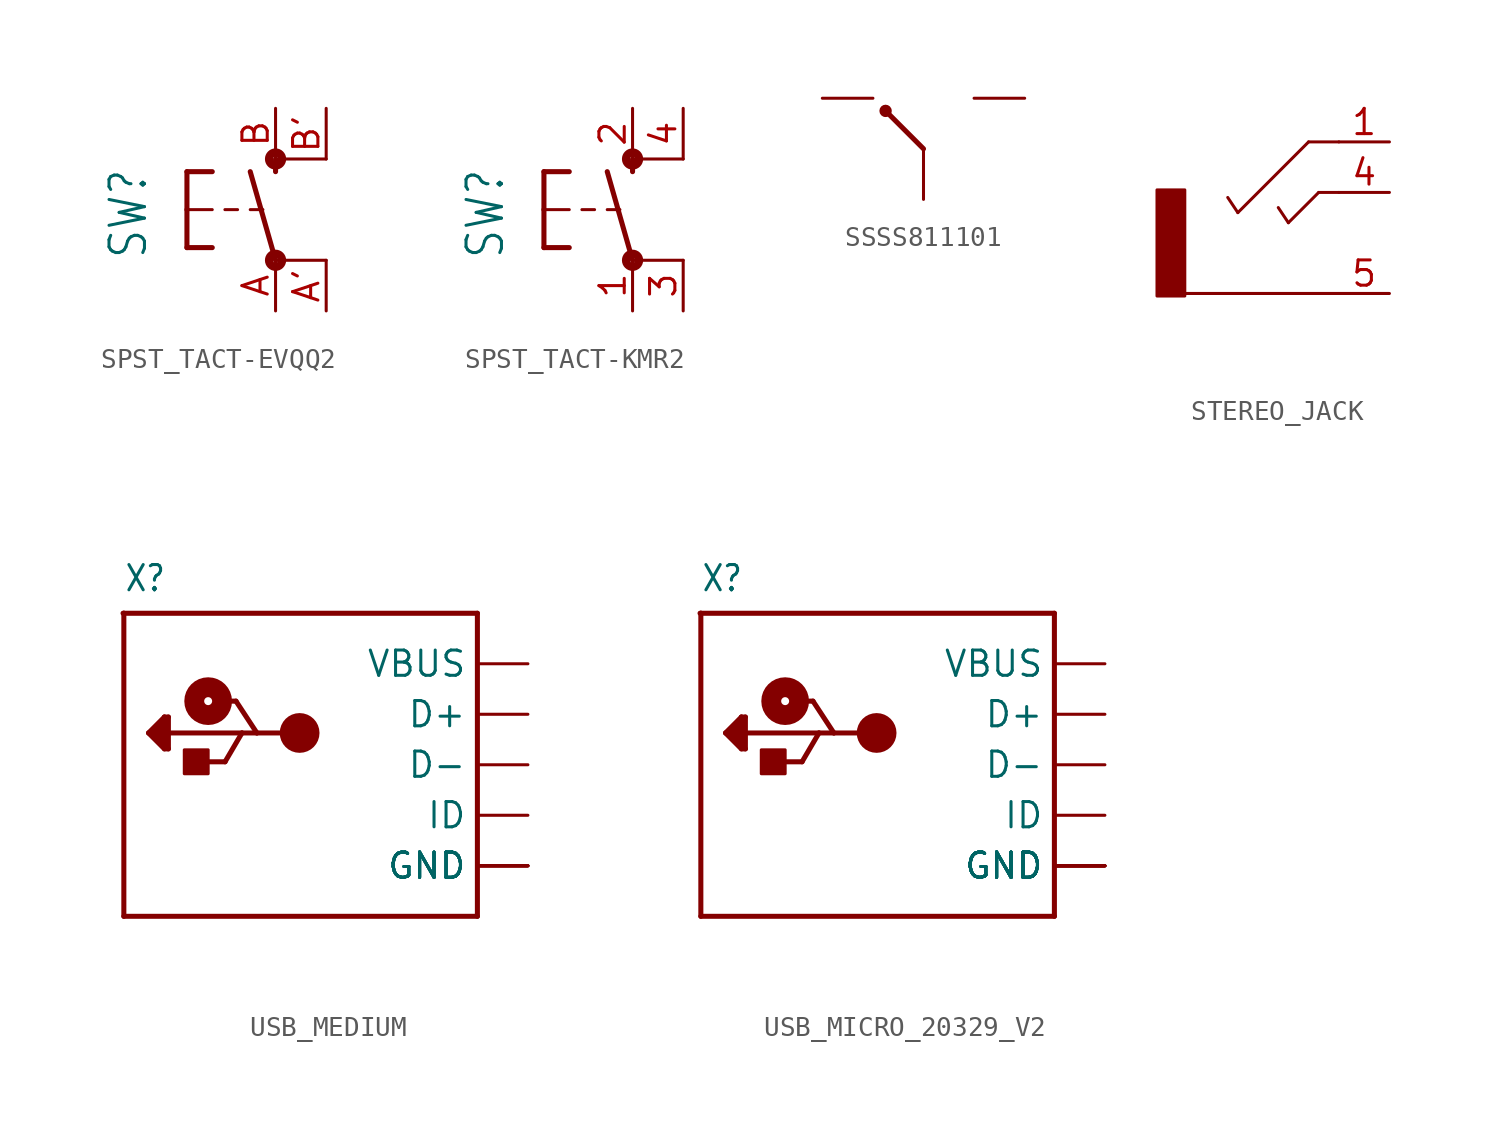
<source format=kicad_sym>
(kicad_symbol_lib
  (version 20241209)
  (generator "kicad_symbol_editor")
  (generator_version "9.0")
  (symbol "SPST_TACT-EVQQ2"
    (property "Reference" "SW"
      (at -6.35 -2.54 90)
      (effects (font (size 1.778 1.511)) (justify left bottom)))
    (property "Value" ""
      (at -3.81 3.175 90)
      (effects (font (size 1.778 1.511)) (justify left bottom)))
    (property "ki_locked" ""
      (at 0 0 0)
      (effects (font (size 1.27 1.27))))
    (symbol "SPST_TACT-EVQQ2_1_0"
      (polyline (pts (xy -4.445 1.905) (xy -4.445 0)) (stroke (width 0.254) (type solid)) (fill (type none)))
      (polyline (pts (xy -4.445 1.905) (xy -3.175 1.905)) (stroke (width 0.254) (type solid)) (fill (type none)))
      (polyline (pts (xy -4.445 0) (xy -4.445 -1.905)) (stroke (width 0.254) (type solid)) (fill (type none)))
      (polyline (pts (xy -4.445 0) (xy -3.175 0)) (stroke (width 0.152) (type solid)) (fill (type none)))
      (polyline (pts (xy -4.445 -1.905) (xy -3.175 -1.905)) (stroke (width 0.254) (type solid)) (fill (type none)))
      (polyline (pts (xy -2.54 0) (xy -1.905 0)) (stroke (width 0.152) (type solid)) (fill (type none)))
      (polyline (pts (xy -1.27 0) (xy -0.635 0)) (stroke (width 0.152) (type solid)) (fill (type none)))
      (circle (center 0 2.54) (radius 0.127) (stroke (width 0.406) (type solid)) (fill (type none)))
      (polyline (pts (xy 0 1.905) (xy 0 2.54)) (stroke (width 0.254) (type solid)) (fill (type none)))
      (polyline (pts (xy 0 -2.54) (xy -1.27 1.905)) (stroke (width 0.254) (type solid)) (fill (type none)))
      (circle (center 0 -2.54) (radius 0.127) (stroke (width 0.406) (type solid)) (fill (type none)))
      (polyline (pts (xy 2.54 2.54) (xy 0 2.54)) (stroke (width 0.152) (type solid)) (fill (type none)))
      (polyline (pts (xy 2.54 -2.54) (xy 0 -2.54)) (stroke (width 0.152) (type solid)) (fill (type none)))
      (pin passive line (at 0 5.08 270) (length 2.54) (name "S" (effects (font (size 0 0)))) (number "B" (effects (font (size 1.27 1.27)))))
      (pin passive line (at 0 -5.08 90) (length 2.54) (name "P" (effects (font (size 0 0)))) (number "A" (effects (font (size 1.27 1.27)))))
      (pin passive line (at 2.54 5.08 270) (length 2.54) (name "S1" (effects (font (size 0 0)))) (number "B'" (effects (font (size 1.27 1.27)))))
      (pin passive line (at 2.54 -5.08 90) (length 2.54) (name "P1" (effects (font (size 0 0)))) (number "A'" (effects (font (size 1.27 1.27)))))))
  (symbol "SPST_TACT-KMR2"
    (property "Reference" "SW"
      (at -6.35 -2.54 90)
      (effects (font (size 1.778 1.511)) (justify left bottom)))
    (property "Value" ""
      (at -3.81 3.175 90)
      (effects (font (size 1.778 1.511)) (justify left bottom)))
    (symbol "SPST_TACT-KMR2_1_0"
      (polyline (pts (xy -4.445 1.905) (xy -4.445 0)) (stroke (width 0.254) (type solid)) (fill (type none)))
      (polyline (pts (xy -4.445 1.905) (xy -3.175 1.905)) (stroke (width 0.254) (type solid)) (fill (type none)))
      (polyline (pts (xy -4.445 0) (xy -4.445 -1.905)) (stroke (width 0.254) (type solid)) (fill (type none)))
      (polyline (pts (xy -4.445 0) (xy -3.175 0)) (stroke (width 0.152) (type solid)) (fill (type none)))
      (polyline (pts (xy -4.445 -1.905) (xy -3.175 -1.905)) (stroke (width 0.254) (type solid)) (fill (type none)))
      (polyline (pts (xy -2.54 0) (xy -1.905 0)) (stroke (width 0.152) (type solid)) (fill (type none)))
      (polyline (pts (xy -1.27 0) (xy -0.635 0)) (stroke (width 0.152) (type solid)) (fill (type none)))
      (circle (center 0 2.54) (radius 0.127) (stroke (width 0.406) (type solid)) (fill (type none)))
      (polyline (pts (xy 0 1.905) (xy 0 2.54)) (stroke (width 0.254) (type solid)) (fill (type none)))
      (polyline (pts (xy 0 -2.54) (xy -1.27 1.905)) (stroke (width 0.254) (type solid)) (fill (type none)))
      (circle (center 0 -2.54) (radius 0.127) (stroke (width 0.406) (type solid)) (fill (type none)))
      (polyline (pts (xy 2.54 2.54) (xy 0 2.54)) (stroke (width 0.152) (type solid)) (fill (type none)))
      (polyline (pts (xy 2.54 -2.54) (xy 0 -2.54)) (stroke (width 0.152) (type solid)) (fill (type none)))
      (pin passive line (at 0 5.08 270) (length 2.54) (name "S" (effects (font (size 0 0)))) (number "2" (effects (font (size 1.27 1.27)))))
      (pin passive line (at 0 -5.08 90) (length 2.54) (name "P" (effects (font (size 0 0)))) (number "1" (effects (font (size 1.27 1.27)))))
      (pin passive line (at 2.54 5.08 270) (length 2.54) (name "S1" (effects (font (size 0 0)))) (number "4" (effects (font (size 1.27 1.27)))))
      (pin passive line (at 2.54 -5.08 90) (length 2.54) (name "P1" (effects (font (size 0 0)))) (number "3" (effects (font (size 1.27 1.27)))))))
  (symbol "SSSS811101"
    (property "Reference" ""
      (at -2.54 2.54 0)
      (effects (font (size 1.778 1.511)) (justify left bottom) (hide yes)))
    (property "Value" ""
      (at 2.54 -5.08 0)
      (effects (font (size 1.778 1.511)) (justify left bottom)))
    (property "ki_locked" ""
      (at 0 0 0)
      (effects (font (size 1.27 1.27))))
    (symbol "SSSS811101_1_0"
      (circle (center -1.905 -0.635) (radius 0.057) (stroke (width 0.254) (type solid)) (fill (type none)))
      (polyline (pts (xy 0 -2.54) (xy -1.905 -0.635)) (stroke (width 0.254) (type solid)) (fill (type none)))
      (pin bidirectional line (at -5.08 0 0) (length 2.54) (name "1" (effects (font (size 0 0)))) (number "1" (effects (font (size 0 0)))))
      (pin bidirectional line (at -5.08 -3.81 90) (length 2.54) (hide yes) (name "SHIELD@1" (effects (font (size 0 0)))) (number "SHIELD@1" (effects (font (size 0 0)))))
      (pin bidirectional line (at -3.81 -3.81 90) (length 2.54) (hide yes) (name "SHIELD@2" (effects (font (size 0 0)))) (number "SHIELD@2" (effects (font (size 0 0)))))
      (pin bidirectional line (at -2.54 -3.81 90) (length 2.54) (hide yes) (name "SHIELD@3" (effects (font (size 0 0)))) (number "SHIELD@3" (effects (font (size 0 0)))))
      (pin bidirectional line (at -1.27 -3.81 90) (length 2.54) (hide yes) (name "SHIELD@4" (effects (font (size 0 0)))) (number "SHIELD@4" (effects (font (size 0 0)))))
      (pin bidirectional line (at 0 -5.08 90) (length 2.54) (name "2" (effects (font (size 0 0)))) (number "2" (effects (font (size 0 0)))))
      (pin bidirectional line (at 5.08 0 180) (length 2.54) (name "3" (effects (font (size 0 0)))) (number "3" (effects (font (size 0 0)))))))
  (symbol "STEREO_JACK"
    (property "Reference" ""
      (at -2.54 6.604 0)
      (effects (font (size 1.778 1.511)) (justify left bottom) (hide yes)))
    (property "Value" ""
      (at -2.54 -6.096 0)
      (effects (font (size 1.778 1.511)) (justify left bottom)))
    (property "ki_locked" ""
      (at 0 0 0)
      (effects (font (size 1.27 1.27))))
    (symbol "STEREO_JACK_1_0"
      (rectangle (start -5.207 2.667) (end -6.604 -2.667) (stroke (width 0) (type default)) (fill (type outline)))
      (polyline (pts (xy -2.54 1.524) (xy -3.048 2.286)) (stroke (width 0.152) (type solid)) (fill (type none)))
      (polyline (pts (xy 0 1.016) (xy -0.508 1.778)) (stroke (width 0.152) (type solid)) (fill (type none)))
      (polyline (pts (xy 1.016 5.08) (xy -2.54 1.524)) (stroke (width 0.152) (type solid)) (fill (type none)))
      (polyline (pts (xy 1.524 2.54) (xy 0 1.016)) (stroke (width 0.152) (type solid)) (fill (type none)))
      (polyline (pts (xy 2.54 5.08) (xy 1.016 5.08)) (stroke (width 0.152) (type solid)) (fill (type none)))
      (polyline (pts (xy 2.54 2.54) (xy 1.524 2.54)) (stroke (width 0.152) (type solid)) (fill (type none)))
      (polyline (pts (xy 2.54 -2.54) (xy -5.207 -2.54)) (stroke (width 0.152) (type solid)) (fill (type none)))
      (pin passive line (at 5.08 5.08 180) (length 2.54) (name "1" (effects (font (size 0 0)))) (number "1" (effects (font (size 1.27 1.27)))))
      (pin passive line (at 5.08 2.54 180) (length 2.54) (name "4" (effects (font (size 0 0)))) (number "4" (effects (font (size 1.27 1.27)))))
      (pin passive line (at 5.08 -2.54 180) (length 2.54) (name "5" (effects (font (size 0 0)))) (number "5" (effects (font (size 1.27 1.27)))))))
  (symbol "USB_MEDIUM"
    (property "Reference" "X"
      (at -10.16 8.636 0)
      (effects (font (size 1.27 1.079)) (justify left bottom)))
    (property "Value" ""
      (at -10.16 -10.16 0)
      (effects (font (size 1.27 1.079)) (justify left bottom)))
    (property "ki_locked" ""
      (at 0 0 0)
      (effects (font (size 1.27 1.27))))
    (symbol "USB_MEDIUM_1_0"
      (polyline (pts (xy -10.2 7.62) (xy -10.16 7.62)) (stroke (width 0.254) (type solid)) (fill (type none)))
      (polyline (pts (xy -10.16 7.62) (xy -10.16 -7.62)) (stroke (width 0.254) (type solid)) (fill (type none)))
      (polyline (pts (xy -10.16 7.62) (xy 7.62 7.62)) (stroke (width 0.254) (type solid)) (fill (type none)))
      (polyline (pts (xy -10.16 -7.62) (xy 7.62 -7.62)) (stroke (width 0.254) (type solid)) (fill (type none)))
      (polyline (pts (xy -8.92 1.6) (xy -8.12 2.4)) (stroke (width 0.254) (type solid)) (fill (type none)))
      (polyline (pts (xy -8.52 1.6) (xy -8.52 1.4)) (stroke (width 0.254) (type solid)) (fill (type none)))
      (polyline (pts (xy -8.52 1.4) (xy -8.32 1.2)) (stroke (width 0.254) (type solid)) (fill (type none)))
      (polyline (pts (xy -8.32 2) (xy -8.72 1.6)) (stroke (width 0.254) (type solid)) (fill (type none)))
      (polyline (pts (xy -8.32 1.2) (xy -8.32 2)) (stroke (width 0.254) (type solid)) (fill (type none)))
      (polyline (pts (xy -8.12 2.4) (xy -7.92 2.4)) (stroke (width 0.254) (type solid)) (fill (type none)))
      (polyline (pts (xy -8.12 1) (xy -8.12 2.4)) (stroke (width 0.254) (type solid)) (fill (type none)))
      (polyline (pts (xy -8.12 0.8) (xy -8.92 1.6)) (stroke (width 0.254) (type solid)) (fill (type none)))
      (polyline (pts (xy -7.92 2.4) (xy -7.92 1.6)) (stroke (width 0.254) (type solid)) (fill (type none)))
      (polyline (pts (xy -7.92 1.6) (xy -7.92 0.8)) (stroke (width 0.254) (type solid)) (fill (type none)))
      (polyline (pts (xy -7.92 0.8) (xy -8.12 0.8)) (stroke (width 0.254) (type solid)) (fill (type none)))
      (rectangle (start -7.12 -0.45) (end -5.92 0.75) (stroke (width 0) (type default)) (fill (type outline)))
      (polyline (pts (xy -6.27 0.15) (xy -5.07 0.15)) (stroke (width 0.254) (type solid)) (fill (type none)))
      (circle (center -5.92 3.2) (radius 0.2) (stroke (width 1) (type solid)) (fill (type none)))
      (polyline (pts (xy -5.52 3.2) (xy -4.52 3.2)) (stroke (width 0.254) (type solid)) (fill (type none)))
      (polyline (pts (xy -5.07 0.15) (xy -4.22 1.6)) (stroke (width 0.254) (type solid)) (fill (type none)))
      (polyline (pts (xy -4.52 3.2) (xy -3.47 1.6)) (stroke (width 0.254) (type solid)) (fill (type none)))
      (polyline (pts (xy -4.22 1.6) (xy -7.92 1.6)) (stroke (width 0.254) (type solid)) (fill (type none)))
      (polyline (pts (xy -3.47 1.6) (xy -4.22 1.6)) (stroke (width 0.254) (type solid)) (fill (type none)))
      (circle (center -1.32 1.6) (radius 0.5) (stroke (width 1) (type solid)) (fill (type none)))
      (polyline (pts (xy -1.32 1.6) (xy -3.47 1.6)) (stroke (width 0.254) (type solid)) (fill (type none)))
      (polyline (pts (xy 7.62 7.62) (xy 7.62 -7.62)) (stroke (width 0.254) (type solid)) (fill (type none)))
      (pin power_in line (at 10.16 5.08 180) (length 2.54) (name "VBUS" (effects (font (size 1.27 1.27)))) (number "VBUS" (effects (font (size 0 0)))))
      (pin bidirectional line (at 10.16 2.54 180) (length 2.54) (name "D+" (effects (font (size 1.27 1.27)))) (number "D+" (effects (font (size 0 0)))))
      (pin bidirectional line (at 10.16 0 180) (length 2.54) (name "D-" (effects (font (size 1.27 1.27)))) (number "D-" (effects (font (size 0 0)))))
      (pin bidirectional line (at 10.16 -2.54 180) (length 2.54) (name "ID" (effects (font (size 1.27 1.27)))) (number "ID" (effects (font (size 0 0)))))
      (pin power_in line (at 10.16 -5.08 180) (length 2.54) (name "GND" (effects (font (size 1.27 1.27)))) (number "GND" (effects (font (size 0 0)))))
      (pin power_in line (at 10.16 -5.08 180) (length 2.54) (name "GND" (effects (font (size 1.27 1.27)))) (number "GND1" (effects (font (size 0 0)))))
      (pin power_in line (at 10.16 -5.08 180) (length 2.54) (name "GND" (effects (font (size 1.27 1.27)))) (number "GND2" (effects (font (size 0 0)))))
      (pin power_in line (at 10.16 -5.08 180) (length 2.54) (name "GND" (effects (font (size 1.27 1.27)))) (number "GND3" (effects (font (size 0 0)))))
      (pin power_in line (at 10.16 -5.08 180) (length 2.54) (name "GND" (effects (font (size 1.27 1.27)))) (number "GND4" (effects (font (size 0 0)))))))
  (symbol "USB_MICRO_20329_V2"
    (property "Reference" "X"
      (at -10.16 8.636 0)
      (effects (font (size 1.27 1.079)) (justify left bottom)))
    (property "Value" ""
      (at -10.16 -10.16 0)
      (effects (font (size 1.27 1.079)) (justify left bottom)))
    (symbol "USB_MICRO_20329_V2_1_0"
      (polyline (pts (xy -10.2 7.62) (xy -10.16 7.62)) (stroke (width 0.254) (type solid)) (fill (type none)))
      (polyline (pts (xy -10.16 7.62) (xy -10.16 -7.62)) (stroke (width 0.254) (type solid)) (fill (type none)))
      (polyline (pts (xy -10.16 7.62) (xy 7.62 7.62)) (stroke (width 0.254) (type solid)) (fill (type none)))
      (polyline (pts (xy -10.16 -7.62) (xy 7.62 -7.62)) (stroke (width 0.254) (type solid)) (fill (type none)))
      (polyline (pts (xy -8.92 1.6) (xy -8.12 2.4)) (stroke (width 0.254) (type solid)) (fill (type none)))
      (polyline (pts (xy -8.52 1.6) (xy -8.52 1.4)) (stroke (width 0.254) (type solid)) (fill (type none)))
      (polyline (pts (xy -8.52 1.4) (xy -8.32 1.2)) (stroke (width 0.254) (type solid)) (fill (type none)))
      (polyline (pts (xy -8.32 2) (xy -8.72 1.6)) (stroke (width 0.254) (type solid)) (fill (type none)))
      (polyline (pts (xy -8.32 1.2) (xy -8.32 2)) (stroke (width 0.254) (type solid)) (fill (type none)))
      (polyline (pts (xy -8.12 2.4) (xy -7.92 2.4)) (stroke (width 0.254) (type solid)) (fill (type none)))
      (polyline (pts (xy -8.12 1) (xy -8.12 2.4)) (stroke (width 0.254) (type solid)) (fill (type none)))
      (polyline (pts (xy -8.12 0.8) (xy -8.92 1.6)) (stroke (width 0.254) (type solid)) (fill (type none)))
      (polyline (pts (xy -7.92 2.4) (xy -7.92 1.6)) (stroke (width 0.254) (type solid)) (fill (type none)))
      (polyline (pts (xy -7.92 1.6) (xy -7.92 0.8)) (stroke (width 0.254) (type solid)) (fill (type none)))
      (polyline (pts (xy -7.92 0.8) (xy -8.12 0.8)) (stroke (width 0.254) (type solid)) (fill (type none)))
      (rectangle (start -7.12 -0.45) (end -5.92 0.75) (stroke (width 0) (type default)) (fill (type outline)))
      (polyline (pts (xy -6.27 0.15) (xy -5.07 0.15)) (stroke (width 0.254) (type solid)) (fill (type none)))
      (circle (center -5.92 3.2) (radius 0.2) (stroke (width 1) (type solid)) (fill (type none)))
      (polyline (pts (xy -5.52 3.2) (xy -4.52 3.2)) (stroke (width 0.254) (type solid)) (fill (type none)))
      (polyline (pts (xy -5.07 0.15) (xy -4.22 1.6)) (stroke (width 0.254) (type solid)) (fill (type none)))
      (polyline (pts (xy -4.52 3.2) (xy -3.47 1.6)) (stroke (width 0.254) (type solid)) (fill (type none)))
      (polyline (pts (xy -4.22 1.6) (xy -7.92 1.6)) (stroke (width 0.254) (type solid)) (fill (type none)))
      (polyline (pts (xy -3.47 1.6) (xy -4.22 1.6)) (stroke (width 0.254) (type solid)) (fill (type none)))
      (circle (center -1.32 1.6) (radius 0.5) (stroke (width 1) (type solid)) (fill (type none)))
      (polyline (pts (xy -1.32 1.6) (xy -3.47 1.6)) (stroke (width 0.254) (type solid)) (fill (type none)))
      (polyline (pts (xy 7.62 7.62) (xy 7.62 -7.62)) (stroke (width 0.254) (type solid)) (fill (type none)))
      (pin power_in line (at 10.16 5.08 180) (length 2.54) (name "VBUS" (effects (font (size 1.27 1.27)))) (number "VBUS" (effects (font (size 0 0)))))
      (pin bidirectional line (at 10.16 2.54 180) (length 2.54) (name "D+" (effects (font (size 1.27 1.27)))) (number "D+" (effects (font (size 0 0)))))
      (pin bidirectional line (at 10.16 0 180) (length 2.54) (name "D-" (effects (font (size 1.27 1.27)))) (number "D-" (effects (font (size 0 0)))))
      (pin bidirectional line (at 10.16 -2.54 180) (length 2.54) (name "ID" (effects (font (size 1.27 1.27)))) (number "ID" (effects (font (size 0 0)))))
      (pin power_in line (at 10.16 -5.08 180) (length 2.54) (name "GND" (effects (font (size 1.27 1.27)))) (number "BASE@1" (effects (font (size 0 0)))))
      (pin power_in line (at 10.16 -5.08 180) (length 2.54) (name "GND" (effects (font (size 1.27 1.27)))) (number "BASE@2" (effects (font (size 0 0)))))
      (pin power_in line (at 10.16 -5.08 180) (length 2.54) (name "GND" (effects (font (size 1.27 1.27)))) (number "GND" (effects (font (size 0 0)))))
      (pin power_in line (at 10.16 -5.08 180) (length 2.54) (name "GND" (effects (font (size 1.27 1.27)))) (number "SPRT@1" (effects (font (size 0 0)))))
      (pin power_in line (at 10.16 -5.08 180) (length 2.54) (name "GND" (effects (font (size 1.27 1.27)))) (number "SPRT@2" (effects (font (size 0 0)))))
      (pin power_in line (at 10.16 -5.08 180) (length 2.54) (name "GND" (effects (font (size 1.27 1.27)))) (number "SPRT@3" (effects (font (size 0 0)))))
      (pin power_in line (at 10.16 -5.08 180) (length 2.54) (name "GND" (effects (font (size 1.27 1.27)))) (number "SPRT@4" (effects (font (size 0 0))))))))
</source>
